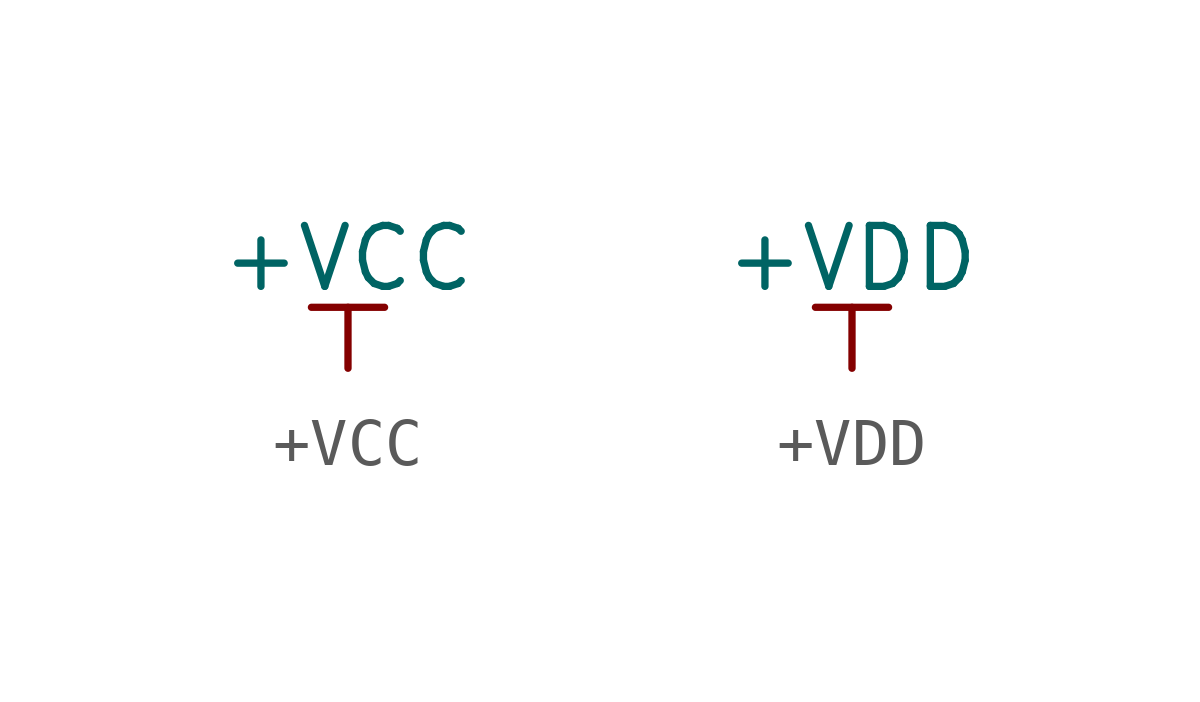
<source format=kicad_sym>
(kicad_symbol_lib
  (version 20211014)
  (generator kicad_symbol_editor)
  (symbol "+VCC"
    (power)
    (pin_names
      (offset 0))
    (property "Reference" "#PWR"
      (at 0 -3.81 0)
      (effects (font (size 1.27 1.27)) hide))
    (property "Value" "+VCC"
      (at 0 2.286 0)
      (effects (font (size 1.27 1.27))))
    (symbol "+VCC_0_1"
      (polyline (pts (xy -0.762 1.27) (xy 0.762 1.27)) (stroke (width 0) (type default) (color 0 0 0 0)) (fill (type none)))
      (polyline (pts (xy 0 0) (xy 0 1.27)) (stroke (width 0) (type default) (color 0 0 0 0)) (fill (type none))))
    (symbol "+VCC_1_1"
      (pin power_in line (at 0 0 90) (length 0) hide (name "+VCC" (effects (font (size 1.27 1.27)))) (number "1" (effects (font (size 1.27 1.27)))))))
  (symbol "+VDD"
    (power)
    (pin_names
      (offset 0))
    (property "Reference" "#PWR"
      (at 0 -3.81 0)
      (effects (font (size 1.27 1.27)) hide))
    (property "Value" "+VDD"
      (at 0 2.286 0)
      (effects (font (size 1.27 1.27))))
    (symbol "+VDD_0_1"
      (polyline (pts (xy -0.762 1.27) (xy 0.762 1.27)) (stroke (width 0) (type default) (color 0 0 0 0)) (fill (type none)))
      (polyline (pts (xy 0 0) (xy 0 1.27)) (stroke (width 0) (type default) (color 0 0 0 0)) (fill (type none))))
    (symbol "+VDD_1_1"
      (pin power_in line (at 0 0 90) (length 0) hide (name "+VDD" (effects (font (size 1.27 1.27)))) (number "1" (effects (font (size 1.27 1.27))))))))
</source>
